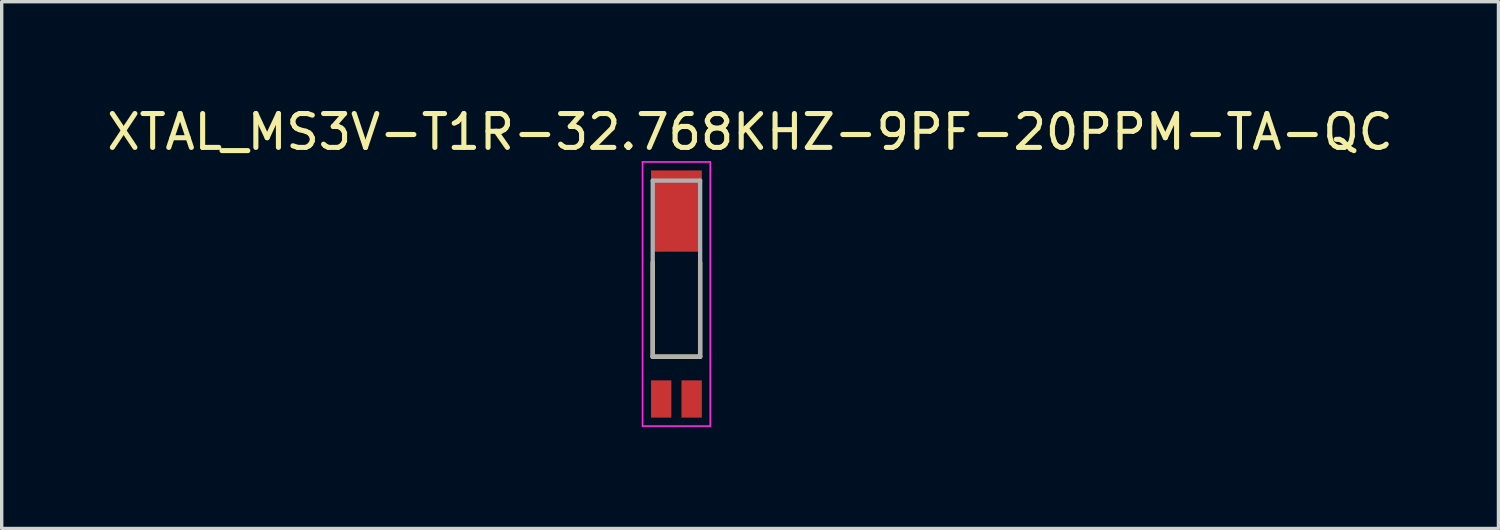
<source format=kicad_pcb>
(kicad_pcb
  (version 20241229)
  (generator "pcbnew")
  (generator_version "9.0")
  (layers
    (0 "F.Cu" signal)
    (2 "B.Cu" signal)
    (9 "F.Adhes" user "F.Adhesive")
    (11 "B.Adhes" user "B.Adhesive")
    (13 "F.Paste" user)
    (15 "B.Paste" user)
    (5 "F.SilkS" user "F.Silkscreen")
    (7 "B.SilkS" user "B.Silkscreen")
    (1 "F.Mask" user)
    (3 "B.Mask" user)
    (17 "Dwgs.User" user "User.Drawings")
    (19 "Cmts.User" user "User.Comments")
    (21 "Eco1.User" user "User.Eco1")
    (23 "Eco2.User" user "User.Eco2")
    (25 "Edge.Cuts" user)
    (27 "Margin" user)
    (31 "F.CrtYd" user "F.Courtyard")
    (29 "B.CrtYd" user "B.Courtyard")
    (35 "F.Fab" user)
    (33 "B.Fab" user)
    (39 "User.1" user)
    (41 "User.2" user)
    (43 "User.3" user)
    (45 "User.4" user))
  (footprint "XTAL_MS3V-T1R-32.768KHZ-9PF-20PPM-TA-QC"
    (layer "F.Cu")
    (at 16.926 5.633)
    (property "Reference" "XTAL_MS3V-T1R-32.768KHZ-9PF-20PPM-TA-QC" (at 2.175 -4.785 0) (layer "F.SilkS") (effects (font (size 1 1) (thickness 0.15))))
    (attr smd)
    (fp_line (start -0.7 -0.93) (end -0.7 1.85) (stroke (width 0.127) (type solid)) (layer "F.SilkS"))
    (fp_line (start -0.7 1.85) (end 0.7 1.85) (stroke (width 0.127) (type solid)) (layer "F.SilkS"))
    (fp_line (start 0.7 1.85) (end 0.7 -0.93) (stroke (width 0.127) (type solid)) (layer "F.SilkS"))
    (fp_line (start -1 -3.9) (end -1 3.9) (stroke (width 0.05) (type solid)) (layer "F.CrtYd"))
    (fp_line (start -1 3.9) (end 1 3.9) (stroke (width 0.05) (type solid)) (layer "F.CrtYd"))
    (fp_line (start 1 -3.9) (end -1 -3.9) (stroke (width 0.05) (type solid)) (layer "F.CrtYd"))
    (fp_line (start 1 3.9) (end 1 -3.9) (stroke (width 0.05) (type solid)) (layer "F.CrtYd"))
    (fp_line (start -0.7 -3.35) (end -0.7 1.85) (stroke (width 0.127) (type solid)) (layer "F.Fab"))
    (fp_line (start -0.7 1.85) (end 0.7 1.85) (stroke (width 0.127) (type solid)) (layer "F.Fab"))
    (fp_line (start 0.7 -3.35) (end -0.7 -3.35) (stroke (width 0.127) (type solid)) (layer "F.Fab"))
    (fp_line (start 0.7 1.85) (end 0.7 -3.35) (stroke (width 0.127) (type solid)) (layer "F.Fab"))
    (pad "1" smd rect (at -0.45 3.1) (size 0.6 1.1) (layers "F.Cu" "F.Mask" "F.Paste"))
    (pad "2" smd rect (at 0.45 3.1) (size 0.6 1.1) (layers "F.Cu" "F.Mask" "F.Paste"))
    (pad "S1" smd rect (at 0 -2.45) (size 1.5 2.4) (layers "F.Cu" "F.Mask" "F.Paste")))
  (gr_rect
    (start -3 -3)
    (end 41.202 12.558)
    (stroke (width 0.1) (type default))
    (fill no)
    (layer "Edge.Cuts")))
</source>
